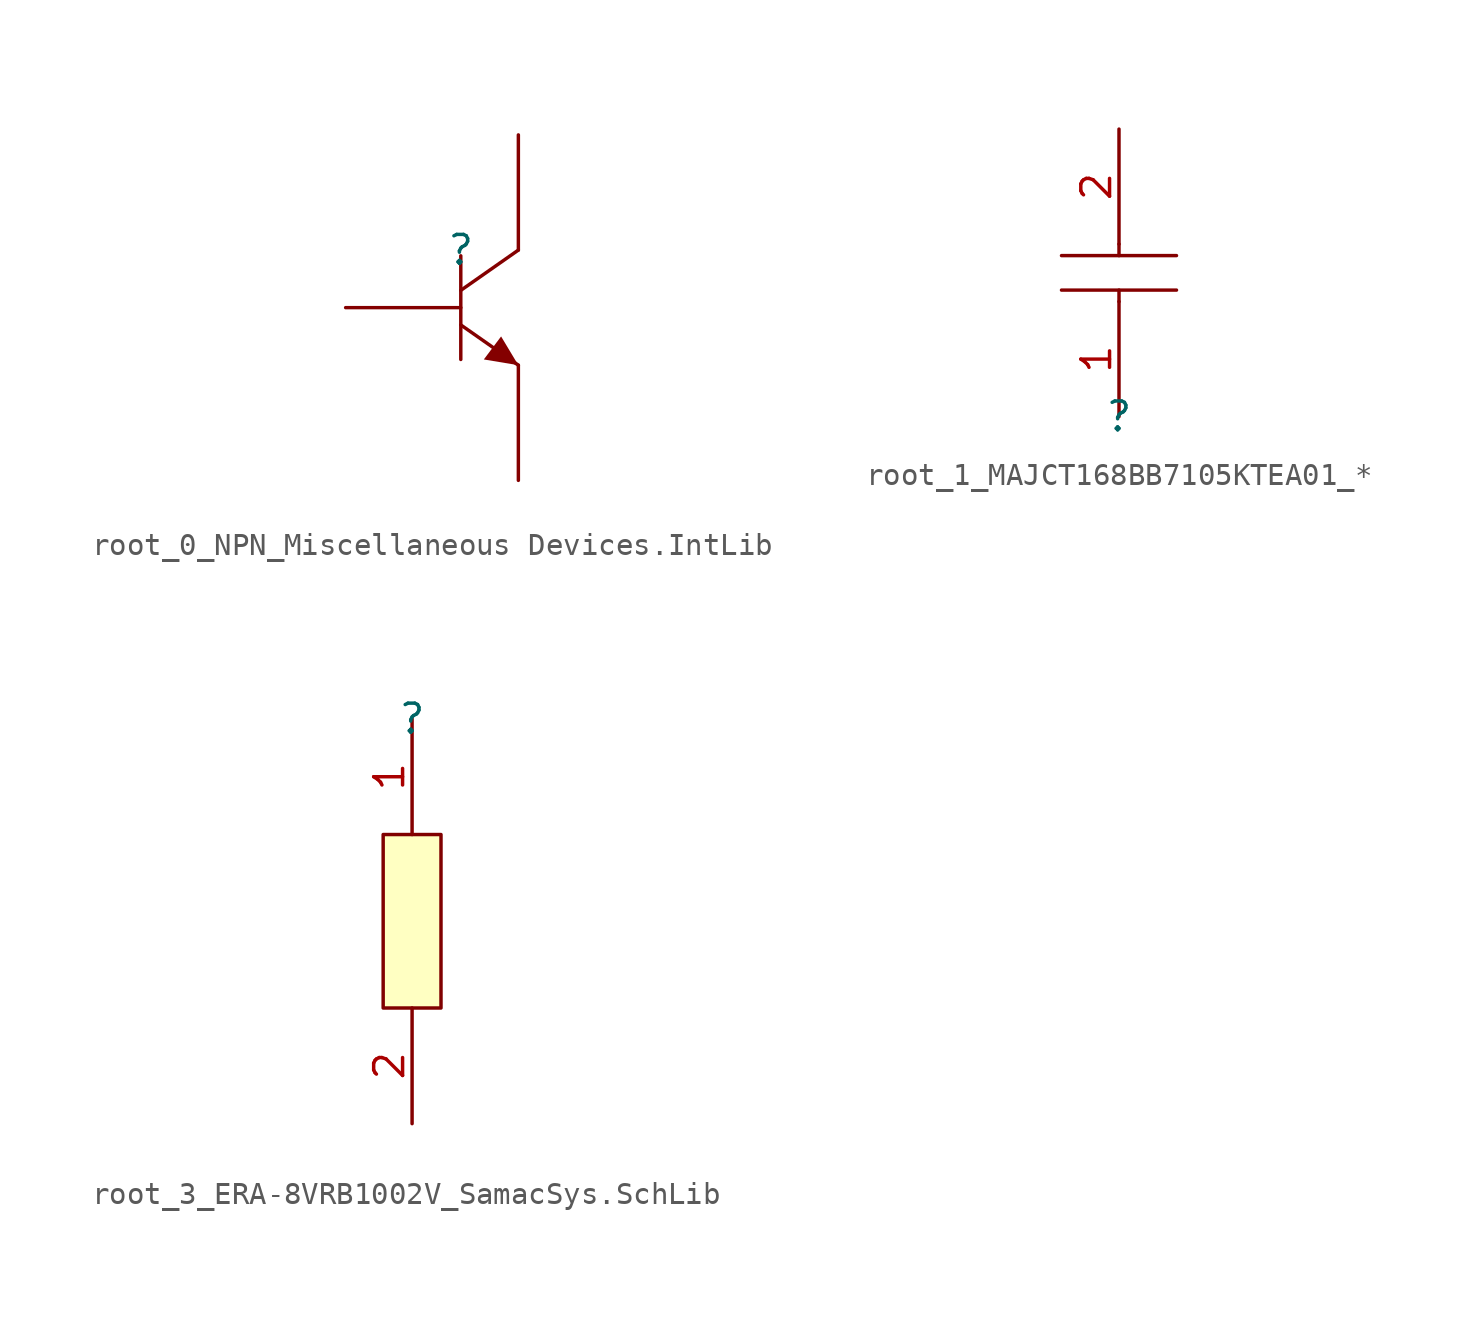
<source format=kicad_sym>
(kicad_symbol_lib
  (version 20241209)
  (generator "kicad_symbol_editor")
  (generator_version "9.0")
  (symbol "root_0_NPN_Miscellaneous Devices.IntLib"
    (pin_numbers
      (hide yes))
    (pin_names
      (hide yes))
    (property "Reference" ""
      (at 0 0 0)
      (effects (font (size 1.27 1.27))))
    (property "Value" ""
      (at 0 0 0)
      (effects (font (size 1.27 1.27))))
    (symbol "root_0_NPN_Miscellaneous Devices.IntLib_1_0"
      (polyline (pts (xy 0 -0.254) (xy 0 -4.826)) (stroke (width 0) (type solid)) (fill (type none)))
      (polyline (pts (xy 0 -3.302) (xy 2.54 -5.08)) (stroke (width 0) (type solid)) (fill (type none)))
      (polyline (pts (xy 2.54 0) (xy 0 -1.778)) (stroke (width 0) (type solid)) (fill (type none)))
      (polyline (pts (xy 2.54 -5.08) (xy 1.778 -3.81) (xy 1.016 -4.826) (xy 2.54 -5.08)) (stroke (width -0.0001) (type solid)) (fill (type outline)))
      (pin passive line (at -5.08 -2.54 0) (length 5.08) (name "B" (effects (font (size 1.27 1.27)))) (number "2" (effects (font (size 1.27 1.27)))))
      (pin passive line (at 2.54 5.08 270) (length 5.08) (name "C" (effects (font (size 1.27 1.27)))) (number "1" (effects (font (size 1.27 1.27)))))
      (pin passive line (at 2.54 -10.16 90) (length 5.08) (name "E" (effects (font (size 1.27 1.27)))) (number "3" (effects (font (size 1.27 1.27)))))))
  (symbol "root_1_MAJCT168BB7105KTEA01_*"
    (pin_names
      (hide yes))
    (property "Reference" ""
      (at 0 0 0)
      (effects (font (size 1.27 1.27))))
    (property "Value" ""
      (at 0 0 0)
      (effects (font (size 1.27 1.27))))
    (symbol "root_1_MAJCT168BB7105KTEA01_*_1_0"
      (polyline (pts (xy -2.54 7.112) (xy 2.54 7.112)) (stroke (width 0) (type solid)) (fill (type none)))
      (polyline (pts (xy -2.54 5.588) (xy 2.54 5.588)) (stroke (width 0) (type solid)) (fill (type none)))
      (polyline (pts (xy 0 7.112) (xy 0 7.62)) (stroke (width 0) (type solid)) (fill (type none)))
      (polyline (pts (xy 0 5.08) (xy 0 5.588)) (stroke (width 0) (type solid)) (fill (type none)))
      (pin passive line (at 0 12.7 270) (length 5.08) (name "2" (effects (font (size 1.27 1.27)))) (number "2" (effects (font (size 1.27 1.27)))))
      (pin passive line (at 0 0 90) (length 5.08) (name "1" (effects (font (size 1.27 1.27)))) (number "1" (effects (font (size 1.27 1.27)))))))
  (symbol "root_3_ERA-8VRB1002V_SamacSys.SchLib"
    (pin_names
      (hide yes))
    (property "Reference" ""
      (at 0 0 0)
      (effects (font (size 1.27 1.27))))
    (property "Value" ""
      (at 0 0 0)
      (effects (font (size 1.27 1.27))))
    (symbol "root_3_ERA-8VRB1002V_SamacSys.SchLib_1_0"
      (rectangle (start 1.27 -5.08) (end -1.27 -12.7) (stroke (width 0) (type solid) (color 128 0 0 1)) (fill (type background)))
      (pin passive line (at 0 0 270) (length 5.08) (name "1" (effects (font (size 1.27 1.27)))) (number "1" (effects (font (size 1.27 1.27)))))
      (pin passive line (at 0 -17.78 90) (length 5.08) (name "2" (effects (font (size 1.27 1.27)))) (number "2" (effects (font (size 1.27 1.27))))))))
</source>
